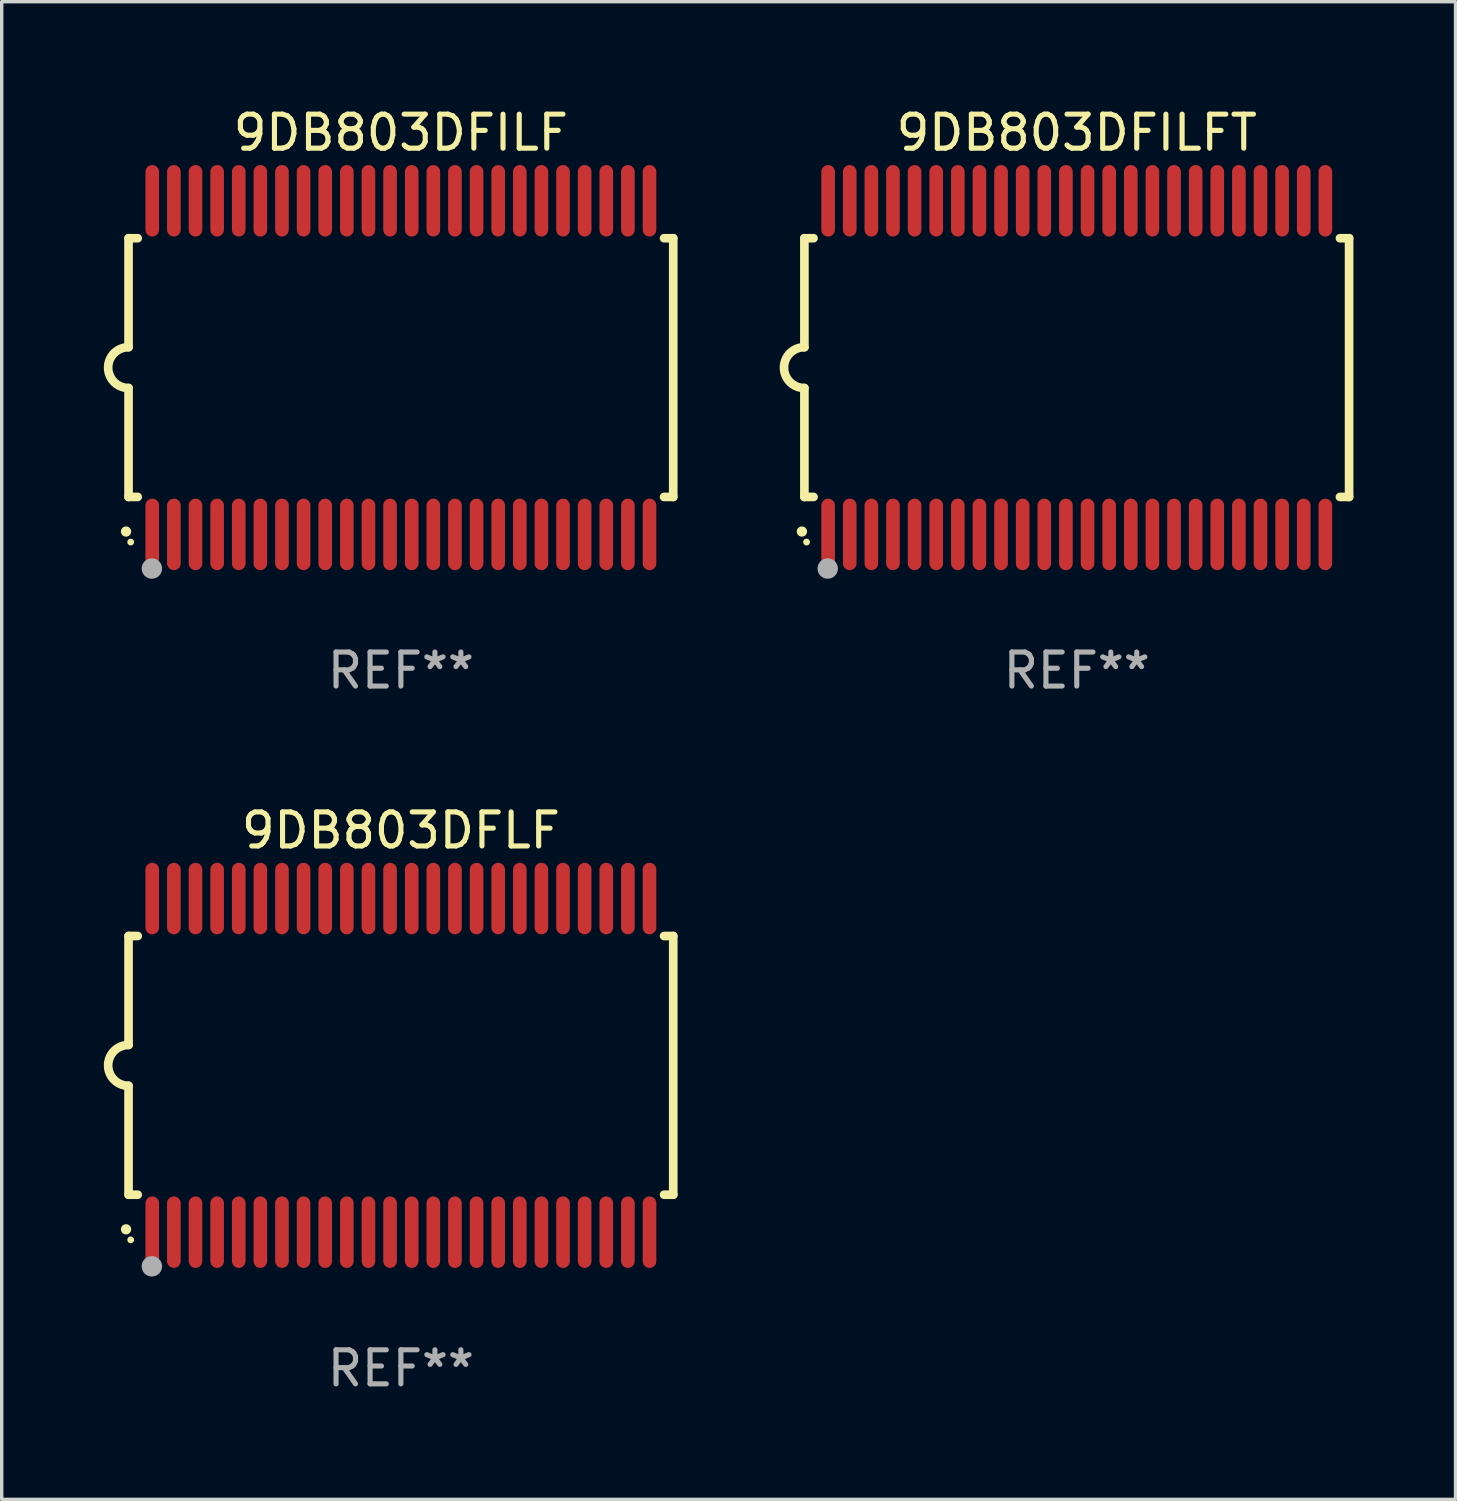
<source format=kicad_pcb>
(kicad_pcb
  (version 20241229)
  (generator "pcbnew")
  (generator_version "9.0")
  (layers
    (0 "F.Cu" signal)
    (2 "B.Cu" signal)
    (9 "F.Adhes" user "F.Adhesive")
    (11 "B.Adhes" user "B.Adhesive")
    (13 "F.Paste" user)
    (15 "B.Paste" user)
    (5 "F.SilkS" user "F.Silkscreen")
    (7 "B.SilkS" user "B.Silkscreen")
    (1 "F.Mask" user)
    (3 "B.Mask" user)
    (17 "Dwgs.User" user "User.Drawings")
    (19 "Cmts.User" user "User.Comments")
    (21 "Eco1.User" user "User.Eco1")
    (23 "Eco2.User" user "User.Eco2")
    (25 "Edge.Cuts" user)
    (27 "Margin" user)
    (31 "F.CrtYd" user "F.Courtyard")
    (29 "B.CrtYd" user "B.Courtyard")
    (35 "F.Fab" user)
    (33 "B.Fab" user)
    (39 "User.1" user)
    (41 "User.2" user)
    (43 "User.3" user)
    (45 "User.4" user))
  (footprint "9DB803DFILFT"
    (layer "F.Cu")
    (at 28.579 7.748)
    (property "Reference" "9DB803DFILFT" (at 0 -6.9 0) (layer "F.SilkS") (effects (font (size 1 1) (thickness 0.15))))
    (attr through_hole)
    (fp_line (start -8 -3.8) (end -8 -0.599) (stroke (width 0.254) (type solid)) (layer "F.SilkS"))
    (fp_line (start -8 -3.8) (end -7.731 -3.8) (stroke (width 0.254) (type solid)) (layer "F.SilkS"))
    (fp_line (start -8 3.8) (end -8 0.599) (stroke (width 0.254) (type solid)) (layer "F.SilkS"))
    (fp_line (start -7.731 3.8) (end -8 3.8) (stroke (width 0.254) (type solid)) (layer "F.SilkS"))
    (fp_line (start 7.731 -3.8) (end 8 -3.8) (stroke (width 0.254) (type solid)) (layer "F.SilkS"))
    (fp_line (start 8 -3.8) (end 8 3.8) (stroke (width 0.254) (type solid)) (layer "F.SilkS"))
    (fp_line (start 8 3.8) (end 7.731 3.8) (stroke (width 0.254) (type solid)) (layer "F.SilkS"))
    (fp_arc (start -8.074676 4.81585) (mid -8.073406 4.815845) (end -8.072136 4.81585) (stroke (width 0.3) (type solid)) (layer "F.SilkS"))
    (fp_arc (start -8.000025 0.6) (mid -8.598908 0.00056) (end -8.000027 -0.598882) (stroke (width 0.254001) (type solid)) (layer "F.SilkS"))
    (fp_circle (center -7.937 5.125) (end -7.887 5.125) (stroke (width 0.1) (type solid)) (fill no) (layer "F.SilkS"))
    (fp_circle (center -7.315 5.903) (end -7.165 5.903) (stroke (width 0.3) (type solid)) (fill no) (layer "F.Fab"))
    (fp_text user "REF**" (at 0 8.9 0) (layer "F.Fab") (effects (font (size 1 1) (thickness 0.15))))
    (pad "1" smd oval (at -7.303 4.9) (size 0.4 2.1) (layers "F.Cu" "F.Mask" "F.Paste"))
    (pad "2" smd oval (at -6.668 4.9) (size 0.4 2.1) (layers "F.Cu" "F.Mask" "F.Paste"))
    (pad "3" smd oval (at -6.033 4.9) (size 0.4 2.1) (layers "F.Cu" "F.Mask" "F.Paste"))
    (pad "4" smd oval (at -5.398 4.9) (size 0.4 2.1) (layers "F.Cu" "F.Mask" "F.Paste"))
    (pad "5" smd oval (at -4.763 4.9) (size 0.4 2.1) (layers "F.Cu" "F.Mask" "F.Paste"))
    (pad "6" smd oval (at -4.128 4.9) (size 0.4 2.1) (layers "F.Cu" "F.Mask" "F.Paste"))
    (pad "7" smd oval (at -3.493 4.9) (size 0.4 2.1) (layers "F.Cu" "F.Mask" "F.Paste"))
    (pad "8" smd oval (at -2.858 4.9) (size 0.4 2.1) (layers "F.Cu" "F.Mask" "F.Paste"))
    (pad "9" smd oval (at -2.223 4.9) (size 0.4 2.1) (layers "F.Cu" "F.Mask" "F.Paste"))
    (pad "10" smd oval (at -1.588 4.9) (size 0.4 2.1) (layers "F.Cu" "F.Mask" "F.Paste"))
    (pad "11" smd oval (at -0.953 4.9) (size 0.4 2.1) (layers "F.Cu" "F.Mask" "F.Paste"))
    (pad "12" smd oval (at -0.318 4.9) (size 0.4 2.1) (layers "F.Cu" "F.Mask" "F.Paste"))
    (pad "13" smd oval (at 0.318 4.9) (size 0.4 2.1) (layers "F.Cu" "F.Mask" "F.Paste"))
    (pad "14" smd oval (at 0.953 4.9) (size 0.4 2.1) (layers "F.Cu" "F.Mask" "F.Paste"))
    (pad "15" smd oval (at 1.588 4.9) (size 0.4 2.1) (layers "F.Cu" "F.Mask" "F.Paste"))
    (pad "16" smd oval (at 2.223 4.9) (size 0.4 2.1) (layers "F.Cu" "F.Mask" "F.Paste"))
    (pad "17" smd oval (at 2.858 4.9) (size 0.4 2.1) (layers "F.Cu" "F.Mask" "F.Paste"))
    (pad "18" smd oval (at 3.493 4.9) (size 0.4 2.1) (layers "F.Cu" "F.Mask" "F.Paste"))
    (pad "19" smd oval (at 4.128 4.9) (size 0.4 2.1) (layers "F.Cu" "F.Mask" "F.Paste"))
    (pad "20" smd oval (at 4.763 4.9) (size 0.4 2.1) (layers "F.Cu" "F.Mask" "F.Paste"))
    (pad "21" smd oval (at 5.398 4.9) (size 0.4 2.1) (layers "F.Cu" "F.Mask" "F.Paste"))
    (pad "22" smd oval (at 6.033 4.9) (size 0.4 2.1) (layers "F.Cu" "F.Mask" "F.Paste"))
    (pad "23" smd oval (at 6.668 4.9) (size 0.4 2.1) (layers "F.Cu" "F.Mask" "F.Paste"))
    (pad "24" smd oval (at 7.303 4.9) (size 0.4 2.1) (layers "F.Cu" "F.Mask" "F.Paste"))
    (pad "25" smd oval (at 7.303 -4.9 180) (size 0.4 2.1) (layers "F.Cu" "F.Mask" "F.Paste"))
    (pad "26" smd oval (at 6.668 -4.9 180) (size 0.4 2.1) (layers "F.Cu" "F.Mask" "F.Paste"))
    (pad "27" smd oval (at 6.033 -4.9 180) (size 0.4 2.1) (layers "F.Cu" "F.Mask" "F.Paste"))
    (pad "28" smd oval (at 5.398 -4.9 180) (size 0.4 2.1) (layers "F.Cu" "F.Mask" "F.Paste"))
    (pad "29" smd oval (at 4.763 -4.9 180) (size 0.4 2.1) (layers "F.Cu" "F.Mask" "F.Paste"))
    (pad "30" smd oval (at 4.128 -4.9 180) (size 0.4 2.1) (layers "F.Cu" "F.Mask" "F.Paste"))
    (pad "31" smd oval (at 3.493 -4.9 180) (size 0.4 2.1) (layers "F.Cu" "F.Mask" "F.Paste"))
    (pad "32" smd oval (at 2.858 -4.9 180) (size 0.4 2.1) (layers "F.Cu" "F.Mask" "F.Paste"))
    (pad "33" smd oval (at 2.223 -4.9 180) (size 0.4 2.1) (layers "F.Cu" "F.Mask" "F.Paste"))
    (pad "34" smd oval (at 1.588 -4.9 180) (size 0.4 2.1) (layers "F.Cu" "F.Mask" "F.Paste"))
    (pad "35" smd oval (at 0.953 -4.9 180) (size 0.4 2.1) (layers "F.Cu" "F.Mask" "F.Paste"))
    (pad "36" smd oval (at 0.318 -4.9 180) (size 0.4 2.1) (layers "F.Cu" "F.Mask" "F.Paste"))
    (pad "37" smd oval (at -0.318 -4.9 180) (size 0.4 2.1) (layers "F.Cu" "F.Mask" "F.Paste"))
    (pad "38" smd oval (at -0.953 -4.9 180) (size 0.4 2.1) (layers "F.Cu" "F.Mask" "F.Paste"))
    (pad "39" smd oval (at -1.588 -4.9 180) (size 0.4 2.1) (layers "F.Cu" "F.Mask" "F.Paste"))
    (pad "40" smd oval (at -2.223 -4.9 180) (size 0.4 2.1) (layers "F.Cu" "F.Mask" "F.Paste"))
    (pad "41" smd oval (at -2.858 -4.9 180) (size 0.4 2.1) (layers "F.Cu" "F.Mask" "F.Paste"))
    (pad "42" smd oval (at -3.493 -4.9 180) (size 0.4 2.1) (layers "F.Cu" "F.Mask" "F.Paste"))
    (pad "43" smd oval (at -4.128 -4.9 180) (size 0.4 2.1) (layers "F.Cu" "F.Mask" "F.Paste"))
    (pad "44" smd oval (at -4.763 -4.9 180) (size 0.4 2.1) (layers "F.Cu" "F.Mask" "F.Paste"))
    (pad "45" smd oval (at -5.398 -4.9 180) (size 0.4 2.1) (layers "F.Cu" "F.Mask" "F.Paste"))
    (pad "46" smd oval (at -6.033 -4.9 180) (size 0.4 2.1) (layers "F.Cu" "F.Mask" "F.Paste"))
    (pad "47" smd oval (at -6.668 -4.9 180) (size 0.4 2.1) (layers "F.Cu" "F.Mask" "F.Paste"))
    (pad "48" smd oval (at -7.303 -4.9 180) (size 0.4 2.1) (layers "F.Cu" "F.Mask" "F.Paste")))
  (footprint "9DB803DFLF"
    (layer "F.Cu")
    (at 8.726 28.245)
    (property "Reference" "9DB803DFLF" (at 0 -6.9 0) (layer "F.SilkS") (effects (font (size 1 1) (thickness 0.15))))
    (attr through_hole)
    (fp_line (start -8 -3.8) (end -8 -0.599) (stroke (width 0.254) (type solid)) (layer "F.SilkS"))
    (fp_line (start -8 -3.8) (end -7.731 -3.8) (stroke (width 0.254) (type solid)) (layer "F.SilkS"))
    (fp_line (start -8 3.8) (end -8 0.599) (stroke (width 0.254) (type solid)) (layer "F.SilkS"))
    (fp_line (start -7.731 3.8) (end -8 3.8) (stroke (width 0.254) (type solid)) (layer "F.SilkS"))
    (fp_line (start 7.731 -3.8) (end 8 -3.8) (stroke (width 0.254) (type solid)) (layer "F.SilkS"))
    (fp_line (start 8 -3.8) (end 8 3.8) (stroke (width 0.254) (type solid)) (layer "F.SilkS"))
    (fp_line (start 8 3.8) (end 7.731 3.8) (stroke (width 0.254) (type solid)) (layer "F.SilkS"))
    (fp_arc (start -8.074676 4.81585) (mid -8.073406 4.815845) (end -8.072136 4.81585) (stroke (width 0.3) (type solid)) (layer "F.SilkS"))
    (fp_arc (start -8.000025 0.6) (mid -8.598908 0.00056) (end -8.000027 -0.598882) (stroke (width 0.254001) (type solid)) (layer "F.SilkS"))
    (fp_circle (center -7.937 5.125) (end -7.887 5.125) (stroke (width 0.1) (type solid)) (fill no) (layer "F.SilkS"))
    (fp_circle (center -7.315 5.903) (end -7.165 5.903) (stroke (width 0.3) (type solid)) (fill no) (layer "F.Fab"))
    (fp_text user "REF**" (at 0 8.9 0) (layer "F.Fab") (effects (font (size 1 1) (thickness 0.15))))
    (pad "1" smd oval (at -7.303 4.9) (size 0.4 2.1) (layers "F.Cu" "F.Mask" "F.Paste"))
    (pad "2" smd oval (at -6.668 4.9) (size 0.4 2.1) (layers "F.Cu" "F.Mask" "F.Paste"))
    (pad "3" smd oval (at -6.033 4.9) (size 0.4 2.1) (layers "F.Cu" "F.Mask" "F.Paste"))
    (pad "4" smd oval (at -5.398 4.9) (size 0.4 2.1) (layers "F.Cu" "F.Mask" "F.Paste"))
    (pad "5" smd oval (at -4.763 4.9) (size 0.4 2.1) (layers "F.Cu" "F.Mask" "F.Paste"))
    (pad "6" smd oval (at -4.128 4.9) (size 0.4 2.1) (layers "F.Cu" "F.Mask" "F.Paste"))
    (pad "7" smd oval (at -3.493 4.9) (size 0.4 2.1) (layers "F.Cu" "F.Mask" "F.Paste"))
    (pad "8" smd oval (at -2.858 4.9) (size 0.4 2.1) (layers "F.Cu" "F.Mask" "F.Paste"))
    (pad "9" smd oval (at -2.223 4.9) (size 0.4 2.1) (layers "F.Cu" "F.Mask" "F.Paste"))
    (pad "10" smd oval (at -1.588 4.9) (size 0.4 2.1) (layers "F.Cu" "F.Mask" "F.Paste"))
    (pad "11" smd oval (at -0.953 4.9) (size 0.4 2.1) (layers "F.Cu" "F.Mask" "F.Paste"))
    (pad "12" smd oval (at -0.318 4.9) (size 0.4 2.1) (layers "F.Cu" "F.Mask" "F.Paste"))
    (pad "13" smd oval (at 0.318 4.9) (size 0.4 2.1) (layers "F.Cu" "F.Mask" "F.Paste"))
    (pad "14" smd oval (at 0.953 4.9) (size 0.4 2.1) (layers "F.Cu" "F.Mask" "F.Paste"))
    (pad "15" smd oval (at 1.588 4.9) (size 0.4 2.1) (layers "F.Cu" "F.Mask" "F.Paste"))
    (pad "16" smd oval (at 2.223 4.9) (size 0.4 2.1) (layers "F.Cu" "F.Mask" "F.Paste"))
    (pad "17" smd oval (at 2.858 4.9) (size 0.4 2.1) (layers "F.Cu" "F.Mask" "F.Paste"))
    (pad "18" smd oval (at 3.493 4.9) (size 0.4 2.1) (layers "F.Cu" "F.Mask" "F.Paste"))
    (pad "19" smd oval (at 4.128 4.9) (size 0.4 2.1) (layers "F.Cu" "F.Mask" "F.Paste"))
    (pad "20" smd oval (at 4.763 4.9) (size 0.4 2.1) (layers "F.Cu" "F.Mask" "F.Paste"))
    (pad "21" smd oval (at 5.398 4.9) (size 0.4 2.1) (layers "F.Cu" "F.Mask" "F.Paste"))
    (pad "22" smd oval (at 6.033 4.9) (size 0.4 2.1) (layers "F.Cu" "F.Mask" "F.Paste"))
    (pad "23" smd oval (at 6.668 4.9) (size 0.4 2.1) (layers "F.Cu" "F.Mask" "F.Paste"))
    (pad "24" smd oval (at 7.303 4.9) (size 0.4 2.1) (layers "F.Cu" "F.Mask" "F.Paste"))
    (pad "25" smd oval (at 7.303 -4.9 180) (size 0.4 2.1) (layers "F.Cu" "F.Mask" "F.Paste"))
    (pad "26" smd oval (at 6.668 -4.9 180) (size 0.4 2.1) (layers "F.Cu" "F.Mask" "F.Paste"))
    (pad "27" smd oval (at 6.033 -4.9 180) (size 0.4 2.1) (layers "F.Cu" "F.Mask" "F.Paste"))
    (pad "28" smd oval (at 5.398 -4.9 180) (size 0.4 2.1) (layers "F.Cu" "F.Mask" "F.Paste"))
    (pad "29" smd oval (at 4.763 -4.9 180) (size 0.4 2.1) (layers "F.Cu" "F.Mask" "F.Paste"))
    (pad "30" smd oval (at 4.128 -4.9 180) (size 0.4 2.1) (layers "F.Cu" "F.Mask" "F.Paste"))
    (pad "31" smd oval (at 3.493 -4.9 180) (size 0.4 2.1) (layers "F.Cu" "F.Mask" "F.Paste"))
    (pad "32" smd oval (at 2.858 -4.9 180) (size 0.4 2.1) (layers "F.Cu" "F.Mask" "F.Paste"))
    (pad "33" smd oval (at 2.223 -4.9 180) (size 0.4 2.1) (layers "F.Cu" "F.Mask" "F.Paste"))
    (pad "34" smd oval (at 1.588 -4.9 180) (size 0.4 2.1) (layers "F.Cu" "F.Mask" "F.Paste"))
    (pad "35" smd oval (at 0.953 -4.9 180) (size 0.4 2.1) (layers "F.Cu" "F.Mask" "F.Paste"))
    (pad "36" smd oval (at 0.318 -4.9 180) (size 0.4 2.1) (layers "F.Cu" "F.Mask" "F.Paste"))
    (pad "37" smd oval (at -0.318 -4.9 180) (size 0.4 2.1) (layers "F.Cu" "F.Mask" "F.Paste"))
    (pad "38" smd oval (at -0.953 -4.9 180) (size 0.4 2.1) (layers "F.Cu" "F.Mask" "F.Paste"))
    (pad "39" smd oval (at -1.588 -4.9 180) (size 0.4 2.1) (layers "F.Cu" "F.Mask" "F.Paste"))
    (pad "40" smd oval (at -2.223 -4.9 180) (size 0.4 2.1) (layers "F.Cu" "F.Mask" "F.Paste"))
    (pad "41" smd oval (at -2.858 -4.9 180) (size 0.4 2.1) (layers "F.Cu" "F.Mask" "F.Paste"))
    (pad "42" smd oval (at -3.493 -4.9 180) (size 0.4 2.1) (layers "F.Cu" "F.Mask" "F.Paste"))
    (pad "43" smd oval (at -4.128 -4.9 180) (size 0.4 2.1) (layers "F.Cu" "F.Mask" "F.Paste"))
    (pad "44" smd oval (at -4.763 -4.9 180) (size 0.4 2.1) (layers "F.Cu" "F.Mask" "F.Paste"))
    (pad "45" smd oval (at -5.398 -4.9 180) (size 0.4 2.1) (layers "F.Cu" "F.Mask" "F.Paste"))
    (pad "46" smd oval (at -6.033 -4.9 180) (size 0.4 2.1) (layers "F.Cu" "F.Mask" "F.Paste"))
    (pad "47" smd oval (at -6.668 -4.9 180) (size 0.4 2.1) (layers "F.Cu" "F.Mask" "F.Paste"))
    (pad "48" smd oval (at -7.303 -4.9 180) (size 0.4 2.1) (layers "F.Cu" "F.Mask" "F.Paste")))
  (footprint "9DB803DFILF"
    (layer "F.Cu")
    (at 8.726 7.748)
    (property "Reference" "9DB803DFILF" (at 0 -6.9 0) (layer "F.SilkS") (effects (font (size 1 1) (thickness 0.15))))
    (attr through_hole)
    (fp_line (start -8 -3.8) (end -8 -0.599) (stroke (width 0.254) (type solid)) (layer "F.SilkS"))
    (fp_line (start -8 -3.8) (end -7.731 -3.8) (stroke (width 0.254) (type solid)) (layer "F.SilkS"))
    (fp_line (start -8 3.8) (end -8 0.599) (stroke (width 0.254) (type solid)) (layer "F.SilkS"))
    (fp_line (start -7.731 3.8) (end -8 3.8) (stroke (width 0.254) (type solid)) (layer "F.SilkS"))
    (fp_line (start 7.731 -3.8) (end 8 -3.8) (stroke (width 0.254) (type solid)) (layer "F.SilkS"))
    (fp_line (start 8 -3.8) (end 8 3.8) (stroke (width 0.254) (type solid)) (layer "F.SilkS"))
    (fp_line (start 8 3.8) (end 7.731 3.8) (stroke (width 0.254) (type solid)) (layer "F.SilkS"))
    (fp_arc (start -8.074676 4.81585) (mid -8.073406 4.815845) (end -8.072136 4.81585) (stroke (width 0.3) (type solid)) (layer "F.SilkS"))
    (fp_arc (start -8.000025 0.6) (mid -8.598908 0.00056) (end -8.000027 -0.598882) (stroke (width 0.254001) (type solid)) (layer "F.SilkS"))
    (fp_circle (center -7.937 5.125) (end -7.887 5.125) (stroke (width 0.1) (type solid)) (fill no) (layer "F.SilkS"))
    (fp_circle (center -7.315 5.903) (end -7.165 5.903) (stroke (width 0.3) (type solid)) (fill no) (layer "F.Fab"))
    (fp_text user "REF**" (at 0 8.9 0) (layer "F.Fab") (effects (font (size 1 1) (thickness 0.15))))
    (pad "1" smd oval (at -7.303 4.9) (size 0.4 2.1) (layers "F.Cu" "F.Mask" "F.Paste"))
    (pad "2" smd oval (at -6.668 4.9) (size 0.4 2.1) (layers "F.Cu" "F.Mask" "F.Paste"))
    (pad "3" smd oval (at -6.033 4.9) (size 0.4 2.1) (layers "F.Cu" "F.Mask" "F.Paste"))
    (pad "4" smd oval (at -5.398 4.9) (size 0.4 2.1) (layers "F.Cu" "F.Mask" "F.Paste"))
    (pad "5" smd oval (at -4.763 4.9) (size 0.4 2.1) (layers "F.Cu" "F.Mask" "F.Paste"))
    (pad "6" smd oval (at -4.128 4.9) (size 0.4 2.1) (layers "F.Cu" "F.Mask" "F.Paste"))
    (pad "7" smd oval (at -3.493 4.9) (size 0.4 2.1) (layers "F.Cu" "F.Mask" "F.Paste"))
    (pad "8" smd oval (at -2.858 4.9) (size 0.4 2.1) (layers "F.Cu" "F.Mask" "F.Paste"))
    (pad "9" smd oval (at -2.223 4.9) (size 0.4 2.1) (layers "F.Cu" "F.Mask" "F.Paste"))
    (pad "10" smd oval (at -1.588 4.9) (size 0.4 2.1) (layers "F.Cu" "F.Mask" "F.Paste"))
    (pad "11" smd oval (at -0.953 4.9) (size 0.4 2.1) (layers "F.Cu" "F.Mask" "F.Paste"))
    (pad "12" smd oval (at -0.318 4.9) (size 0.4 2.1) (layers "F.Cu" "F.Mask" "F.Paste"))
    (pad "13" smd oval (at 0.318 4.9) (size 0.4 2.1) (layers "F.Cu" "F.Mask" "F.Paste"))
    (pad "14" smd oval (at 0.953 4.9) (size 0.4 2.1) (layers "F.Cu" "F.Mask" "F.Paste"))
    (pad "15" smd oval (at 1.588 4.9) (size 0.4 2.1) (layers "F.Cu" "F.Mask" "F.Paste"))
    (pad "16" smd oval (at 2.223 4.9) (size 0.4 2.1) (layers "F.Cu" "F.Mask" "F.Paste"))
    (pad "17" smd oval (at 2.858 4.9) (size 0.4 2.1) (layers "F.Cu" "F.Mask" "F.Paste"))
    (pad "18" smd oval (at 3.493 4.9) (size 0.4 2.1) (layers "F.Cu" "F.Mask" "F.Paste"))
    (pad "19" smd oval (at 4.128 4.9) (size 0.4 2.1) (layers "F.Cu" "F.Mask" "F.Paste"))
    (pad "20" smd oval (at 4.763 4.9) (size 0.4 2.1) (layers "F.Cu" "F.Mask" "F.Paste"))
    (pad "21" smd oval (at 5.398 4.9) (size 0.4 2.1) (layers "F.Cu" "F.Mask" "F.Paste"))
    (pad "22" smd oval (at 6.033 4.9) (size 0.4 2.1) (layers "F.Cu" "F.Mask" "F.Paste"))
    (pad "23" smd oval (at 6.668 4.9) (size 0.4 2.1) (layers "F.Cu" "F.Mask" "F.Paste"))
    (pad "24" smd oval (at 7.303 4.9) (size 0.4 2.1) (layers "F.Cu" "F.Mask" "F.Paste"))
    (pad "25" smd oval (at 7.303 -4.9 180) (size 0.4 2.1) (layers "F.Cu" "F.Mask" "F.Paste"))
    (pad "26" smd oval (at 6.668 -4.9 180) (size 0.4 2.1) (layers "F.Cu" "F.Mask" "F.Paste"))
    (pad "27" smd oval (at 6.033 -4.9 180) (size 0.4 2.1) (layers "F.Cu" "F.Mask" "F.Paste"))
    (pad "28" smd oval (at 5.398 -4.9 180) (size 0.4 2.1) (layers "F.Cu" "F.Mask" "F.Paste"))
    (pad "29" smd oval (at 4.763 -4.9 180) (size 0.4 2.1) (layers "F.Cu" "F.Mask" "F.Paste"))
    (pad "30" smd oval (at 4.128 -4.9 180) (size 0.4 2.1) (layers "F.Cu" "F.Mask" "F.Paste"))
    (pad "31" smd oval (at 3.493 -4.9 180) (size 0.4 2.1) (layers "F.Cu" "F.Mask" "F.Paste"))
    (pad "32" smd oval (at 2.858 -4.9 180) (size 0.4 2.1) (layers "F.Cu" "F.Mask" "F.Paste"))
    (pad "33" smd oval (at 2.223 -4.9 180) (size 0.4 2.1) (layers "F.Cu" "F.Mask" "F.Paste"))
    (pad "34" smd oval (at 1.588 -4.9 180) (size 0.4 2.1) (layers "F.Cu" "F.Mask" "F.Paste"))
    (pad "35" smd oval (at 0.953 -4.9 180) (size 0.4 2.1) (layers "F.Cu" "F.Mask" "F.Paste"))
    (pad "36" smd oval (at 0.318 -4.9 180) (size 0.4 2.1) (layers "F.Cu" "F.Mask" "F.Paste"))
    (pad "37" smd oval (at -0.318 -4.9 180) (size 0.4 2.1) (layers "F.Cu" "F.Mask" "F.Paste"))
    (pad "38" smd oval (at -0.953 -4.9 180) (size 0.4 2.1) (layers "F.Cu" "F.Mask" "F.Paste"))
    (pad "39" smd oval (at -1.588 -4.9 180) (size 0.4 2.1) (layers "F.Cu" "F.Mask" "F.Paste"))
    (pad "40" smd oval (at -2.223 -4.9 180) (size 0.4 2.1) (layers "F.Cu" "F.Mask" "F.Paste"))
    (pad "41" smd oval (at -2.858 -4.9 180) (size 0.4 2.1) (layers "F.Cu" "F.Mask" "F.Paste"))
    (pad "42" smd oval (at -3.493 -4.9 180) (size 0.4 2.1) (layers "F.Cu" "F.Mask" "F.Paste"))
    (pad "43" smd oval (at -4.128 -4.9 180) (size 0.4 2.1) (layers "F.Cu" "F.Mask" "F.Paste"))
    (pad "44" smd oval (at -4.763 -4.9 180) (size 0.4 2.1) (layers "F.Cu" "F.Mask" "F.Paste"))
    (pad "45" smd oval (at -5.398 -4.9 180) (size 0.4 2.1) (layers "F.Cu" "F.Mask" "F.Paste"))
    (pad "46" smd oval (at -6.033 -4.9 180) (size 0.4 2.1) (layers "F.Cu" "F.Mask" "F.Paste"))
    (pad "47" smd oval (at -6.668 -4.9 180) (size 0.4 2.1) (layers "F.Cu" "F.Mask" "F.Paste"))
    (pad "48" smd oval (at -7.303 -4.9 180) (size 0.4 2.1) (layers "F.Cu" "F.Mask" "F.Paste")))
  (gr_rect
    (start -3 -3)
    (end 39.706 40.993)
    (stroke (width 0.1) (type default))
    (fill no)
    (layer "Edge.Cuts")))
</source>
